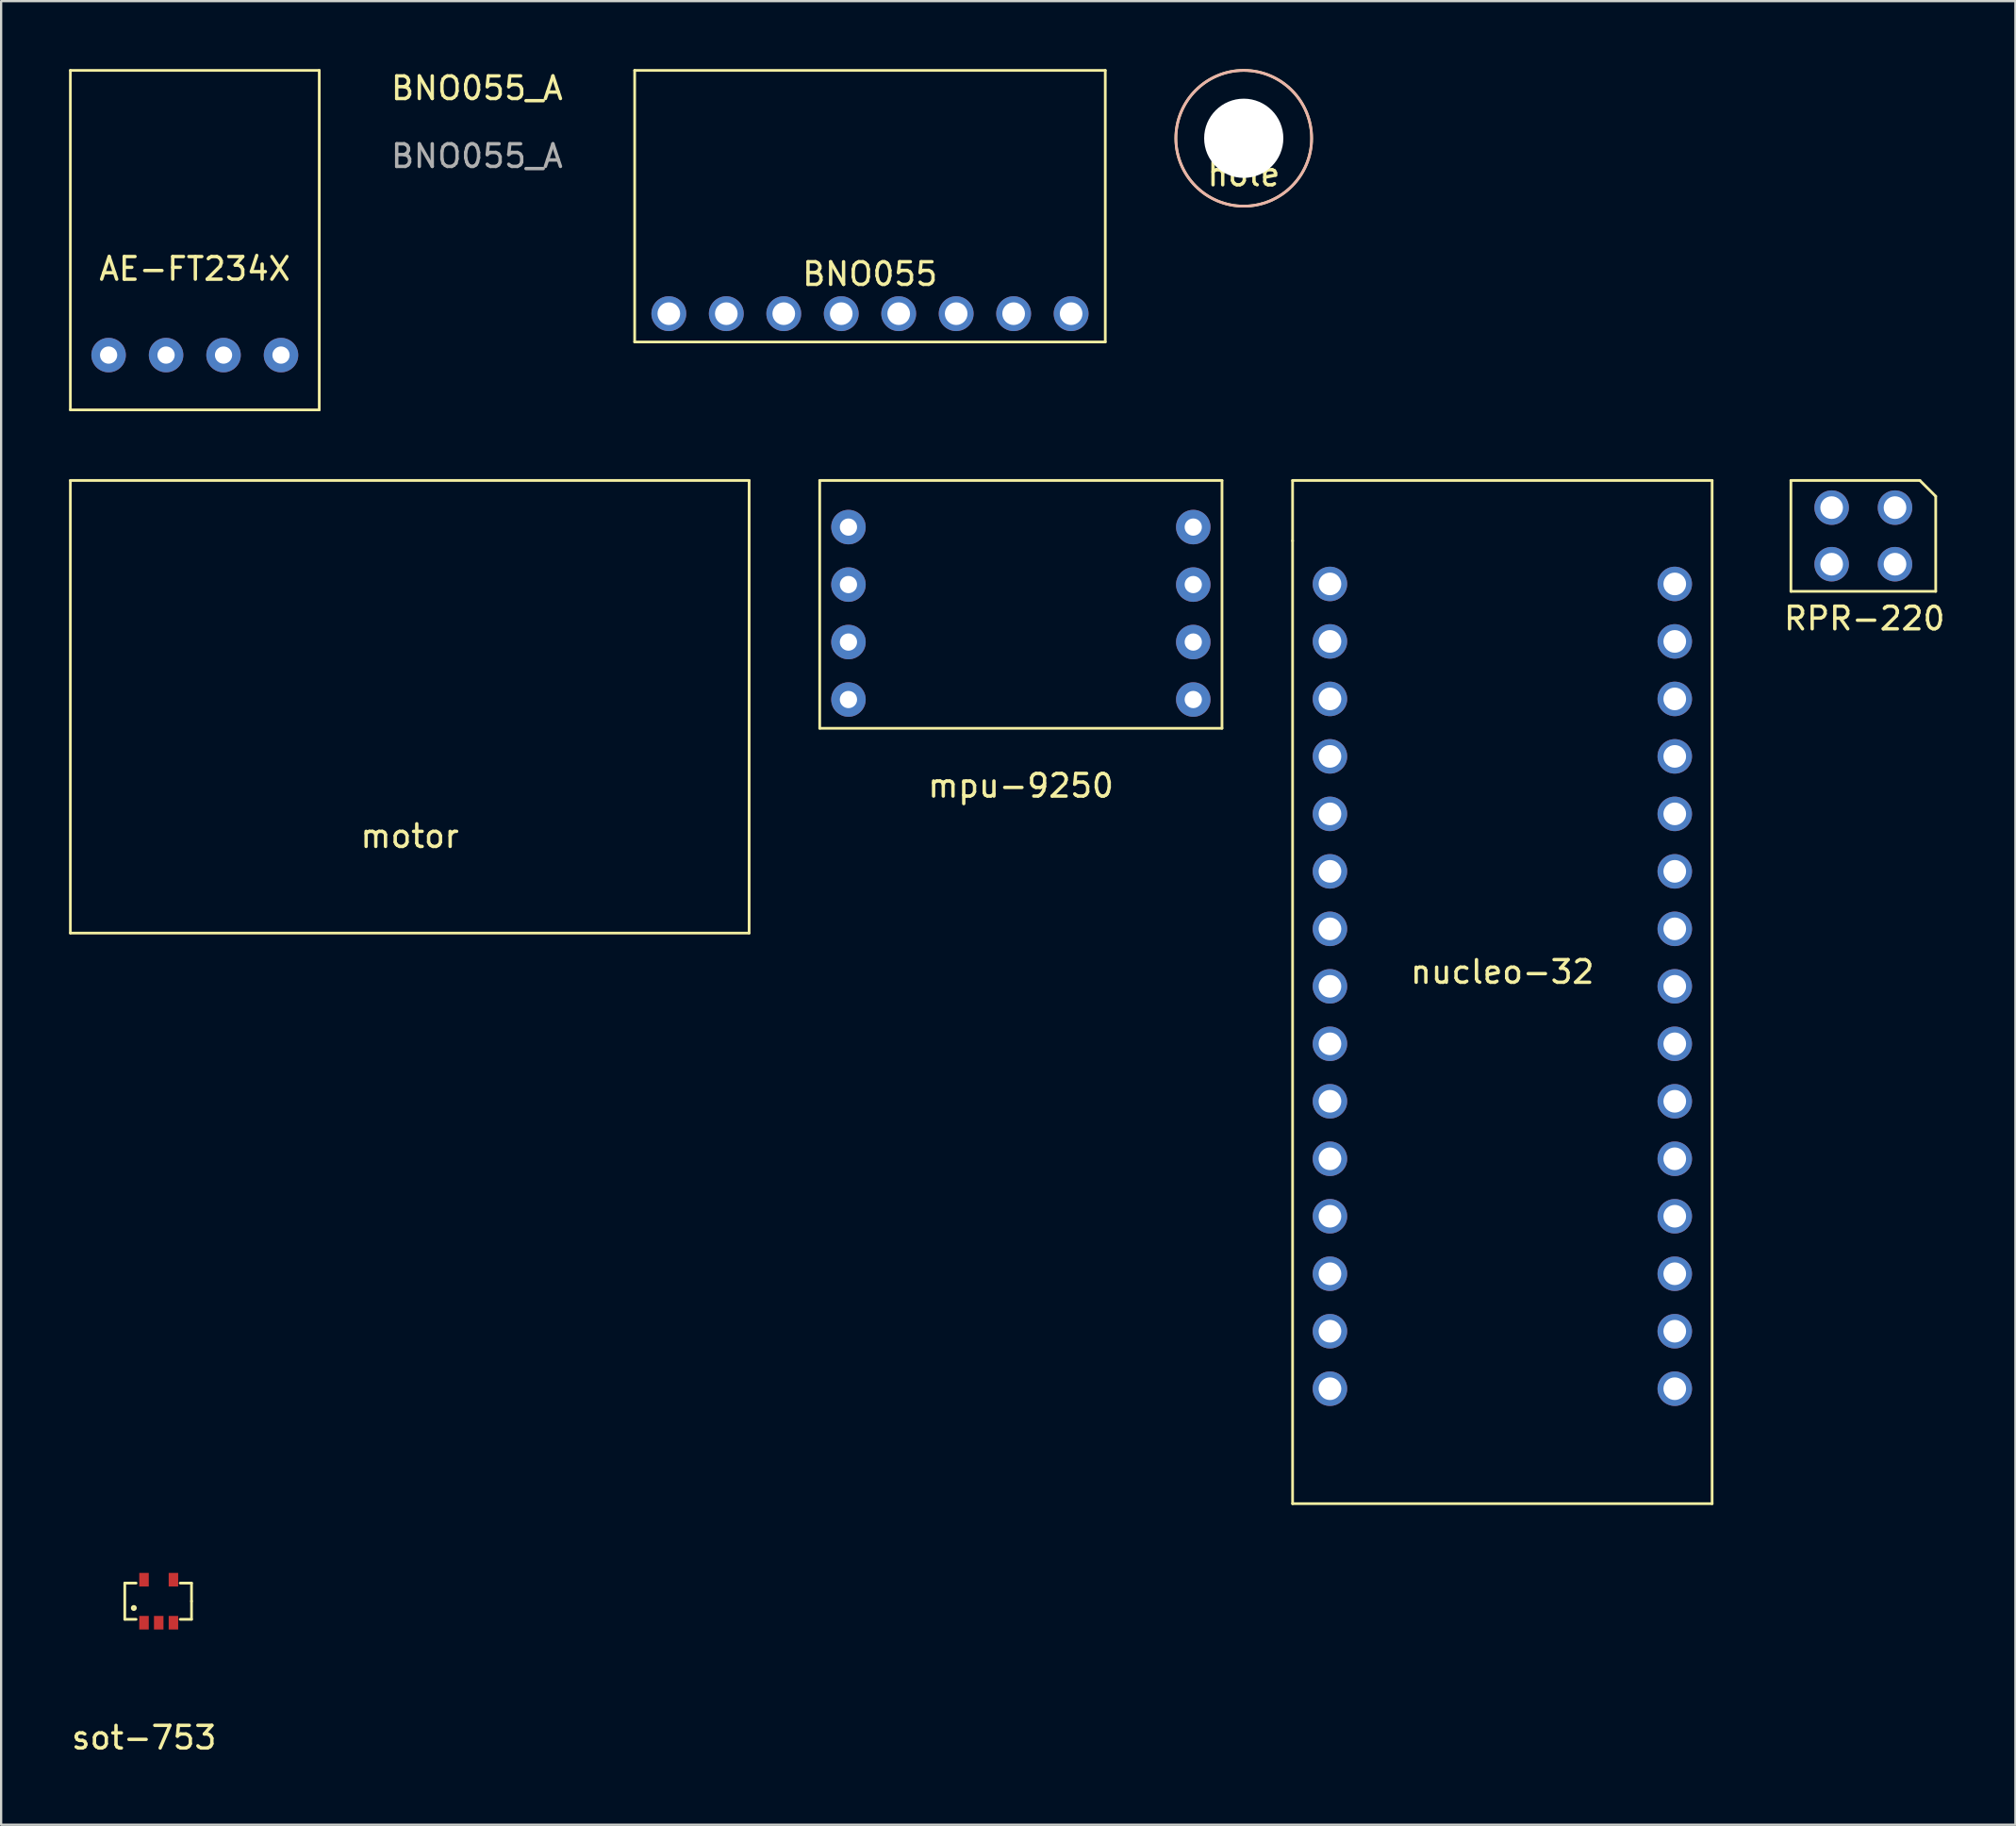
<source format=kicad_pcb>
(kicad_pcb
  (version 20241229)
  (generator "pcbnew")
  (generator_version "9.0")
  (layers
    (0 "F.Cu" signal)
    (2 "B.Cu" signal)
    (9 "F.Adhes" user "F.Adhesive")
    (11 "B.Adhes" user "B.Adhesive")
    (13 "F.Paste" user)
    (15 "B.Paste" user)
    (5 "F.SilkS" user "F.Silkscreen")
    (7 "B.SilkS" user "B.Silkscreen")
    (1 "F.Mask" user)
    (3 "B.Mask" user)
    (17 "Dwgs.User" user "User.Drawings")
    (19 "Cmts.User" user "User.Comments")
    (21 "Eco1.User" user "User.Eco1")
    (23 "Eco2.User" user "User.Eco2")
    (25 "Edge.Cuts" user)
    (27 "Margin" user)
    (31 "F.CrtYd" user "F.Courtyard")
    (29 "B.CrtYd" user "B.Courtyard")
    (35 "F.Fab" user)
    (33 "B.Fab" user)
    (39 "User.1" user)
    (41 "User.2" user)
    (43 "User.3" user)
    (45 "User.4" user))
  (footprint "BNO055"
    (layer "F.Cu")
    (at 35.401 6.06)
    (property "Reference" "BNO055" (at 0 3 0) (layer "F.SilkS") (effects (font (size 1 1) (thickness 0.15))))
    (attr through_hole)
    (fp_line (start -10.4 -6) (end -10.4 6) (stroke (width 0.12) (type solid)) (layer "F.SilkS"))
    (fp_line (start -10.4 6) (end 10.4 6) (stroke (width 0.12) (type solid)) (layer "F.SilkS"))
    (fp_line (start 10.4 -6) (end -10.4 -6) (stroke (width 0.12) (type solid)) (layer "F.SilkS"))
    (fp_line (start 10.4 6) (end 10.4 -6) (stroke (width 0.12) (type solid)) (layer "F.SilkS"))
    (pad "1" thru_hole circle (at -8.89 4.75) (size 1.54 1.54) (drill 1) (layers "*.Cu" "*.Mask"))
    (pad "2" thru_hole circle (at -6.35 4.75) (size 1.54 1.54) (drill 1) (layers "*.Cu" "*.Mask"))
    (pad "3" thru_hole circle (at -3.81 4.75) (size 1.54 1.54) (drill 1) (layers "*.Cu" "*.Mask"))
    (pad "4" thru_hole circle (at -1.27 4.75) (size 1.54 1.54) (drill 1) (layers "*.Cu" "*.Mask"))
    (pad "5" thru_hole circle (at 1.27 4.75) (size 1.54 1.54) (drill 1) (layers "*.Cu" "*.Mask"))
    (pad "6" thru_hole circle (at 3.81 4.75) (size 1.54 1.54) (drill 1) (layers "*.Cu" "*.Mask"))
    (pad "7" thru_hole circle (at 6.35 4.75) (size 1.54 1.54) (drill 1) (layers "*.Cu" "*.Mask"))
    (pad "8" thru_hole circle (at 8.89 4.75) (size 1.54 1.54) (drill 1) (layers "*.Cu" "*.Mask")))
  (footprint "BNO055_A"
    (layer "F.Cu")
    (at 18.031 1.348)
    (property "Reference" "BNO055_A" (at 0 -0.5 0) (unlocked yes) (layer "F.SilkS") (effects (font (size 1 1) (thickness 0.15))))
    (attr smd)
    (fp_text user "${REFERENCE}" (at 0 2.5 0) (unlocked yes) (layer "F.Fab") (effects (font (size 1 1) (thickness 0.15)))))
  (footprint "mpu-9250"
    (layer "F.Cu")
    (at 42.07 24.05)
    (property "Reference" "mpu-9250" (at 0 7.62 0) (layer "F.SilkS") (effects (font (size 1 1) (thickness 0.15))))
    (attr through_hole)
    (fp_line (start -8.89 5.08) (end -8.89 -5.87) (stroke (width 0.12) (type solid)) (layer "F.SilkS"))
    (fp_line (start 8.89 -5.87) (end -8.89 -5.87) (stroke (width 0.12) (type solid)) (layer "F.SilkS"))
    (fp_line (start 8.89 5.08) (end -8.89 5.08) (stroke (width 0.12) (type solid)) (layer "F.SilkS"))
    (fp_line (start 8.89 5.08) (end 8.89 -5.87) (stroke (width 0.12) (type solid)) (layer "F.SilkS"))
    (pad "1" thru_hole circle (at -7.62 -3.81) (size 1.524 1.524) (drill 0.762) (layers "*.Cu" "*.Mask"))
    (pad "2" thru_hole circle (at -7.62 -1.27) (size 1.524 1.524) (drill 0.762) (layers "*.Cu" "*.Mask"))
    (pad "3" thru_hole circle (at -7.62 1.27) (size 1.524 1.524) (drill 0.762) (layers "*.Cu" "*.Mask"))
    (pad "4" thru_hole circle (at -7.62 3.81) (size 1.524 1.524) (drill 0.762) (layers "*.Cu" "*.Mask"))
    (pad "5" thru_hole circle (at 7.62 3.81) (size 1.524 1.524) (drill 0.762) (layers "*.Cu" "*.Mask"))
    (pad "6" thru_hole circle (at 7.62 1.27) (size 1.524 1.524) (drill 0.762) (layers "*.Cu" "*.Mask"))
    (pad "7" thru_hole circle (at 7.62 -1.27) (size 1.524 1.524) (drill 0.762) (layers "*.Cu" "*.Mask"))
    (pad "8" thru_hole circle (at 7.62 -3.81) (size 1.524 1.524) (drill 0.762) (layers "*.Cu" "*.Mask")))
  (footprint "hole"
    (layer "F.Cu")
    (at 51.921 3.06)
    (property "Reference" "hole" (at 0 1.6 0) (layer "F.SilkS") (effects (font (size 1 1) (thickness 0.15))))
    (attr through_hole)
    (fp_circle (center 0 0) (end 3 0) (stroke (width 0.12) (type solid)) (fill no) (layer "F.SilkS"))
    (fp_circle (center 0 0) (end 3 0) (stroke (width 0.12) (type solid)) (fill no) (layer "B.SilkS"))
    (pad "" np_thru_hole circle (at 0 0) (size 3.5 3.5) (drill 3.5) (layers "*.Cu" "*.Mask")))
  (footprint "motor"
    (layer "F.Cu")
    (at 15.06 28.18)
    (property "Reference" "motor" (at 0 5.715 0) (layer "F.SilkS") (effects (font (size 1 1) (thickness 0.15))))
    (attr through_hole)
    (fp_line (start -15 -10) (end 15 -10) (stroke (width 0.12) (type solid)) (layer "F.SilkS"))
    (fp_line (start -15 10) (end -15 -10) (stroke (width 0.12) (type solid)) (layer "F.SilkS"))
    (fp_line (start 15 -10) (end 15 10) (stroke (width 0.12) (type solid)) (layer "F.SilkS"))
    (fp_line (start 15 10) (end -15 10) (stroke (width 0.12) (type solid)) (layer "F.SilkS")))
  (footprint "sot-753"
    (layer "F.Cu")
    (at 3.315 68.652)
    (property "Reference" "sot-753" (at 0 5.08 0) (layer "F.SilkS") (effects (font (size 1 1) (thickness 0.15))))
    (attr through_hole)
    (fp_line (start -0.85 -1.75) (end -0.85 -0.15) (stroke (width 0.12) (type solid)) (layer "F.SilkS"))
    (fp_line (start -0.85 -1.75) (end -0.35 -1.75) (stroke (width 0.12) (type solid)) (layer "F.SilkS"))
    (fp_line (start -0.85 -0.15) (end -0.35 -0.15) (stroke (width 0.12) (type solid)) (layer "F.SilkS"))
    (fp_line (start 2.1 -1.75) (end 1.6 -1.75) (stroke (width 0.12) (type solid)) (layer "F.SilkS"))
    (fp_line (start 2.1 -0.95) (end 2.1 -1.75) (stroke (width 0.12) (type solid)) (layer "F.SilkS"))
    (fp_line (start 2.1 -0.15) (end 1.6 -0.15) (stroke (width 0.12) (type solid)) (layer "F.SilkS"))
    (fp_line (start 2.1 -0.15) (end 2.1 -0.95) (stroke (width 0.12) (type solid)) (layer "F.SilkS"))
    (fp_circle (center -0.45 -0.65) (end -0.4 -0.6) (stroke (width 0.12) (type solid)) (fill no) (layer "F.SilkS"))
    (pad "1" smd rect (at 0 0) (size 0.42 0.6) (layers "F.Cu" "F.Mask" "F.Paste"))
    (pad "2" smd rect (at 0.65 0) (size 0.42 0.6) (layers "F.Cu" "F.Mask" "F.Paste"))
    (pad "3" smd rect (at 1.3 0) (size 0.42 0.6) (layers "F.Cu" "F.Mask" "F.Paste"))
    (pad "4" smd rect (at 1.3 -1.9) (size 0.42 0.6) (layers "F.Cu" "F.Mask" "F.Paste"))
    (pad "5" smd rect (at 0 -1.9) (size 0.42 0.6) (layers "F.Cu" "F.Mask" "F.Paste")))
  (footprint "RPR-220"
    (layer "F.Cu")
    (at 79.305 20.63)
    (property "Reference" "RPR-220" (at 0.05 3.65 0) (layer "F.SilkS") (effects (font (size 1 1) (thickness 0.15))))
    (attr through_hole)
    (fp_line (start -3.2 -2.45) (end -3.2 2.45) (stroke (width 0.12) (type solid)) (layer "F.SilkS"))
    (fp_line (start -3.2 2.45) (end 3.2 2.45) (stroke (width 0.12) (type solid)) (layer "F.SilkS"))
    (fp_line (start 2.5 -2.45) (end -3.2 -2.45) (stroke (width 0.12) (type solid)) (layer "F.SilkS"))
    (fp_line (start 3.2 -1.75) (end 2.5 -2.45) (stroke (width 0.12) (type solid)) (layer "F.SilkS"))
    (fp_line (start 3.2 2.45) (end 3.2 -1.75) (stroke (width 0.12) (type solid)) (layer "F.SilkS"))
    (pad "1" thru_hole circle (at -1.4 1.25) (size 1.524 1.524) (drill 1) (layers "*.Cu" "*.Mask"))
    (pad "2" thru_hole circle (at -1.4 -1.25) (size 1.524 1.524) (drill 1) (layers "*.Cu" "*.Mask"))
    (pad "3" thru_hole circle (at 1.4 -1.25) (size 1.524 1.524) (drill 1) (layers "*.Cu" "*.Mask"))
    (pad "4" thru_hole circle (at 1.4 1.25) (size 1.524 1.524) (drill 1) (layers "*.Cu" "*.Mask")))
  (footprint "AE-FT234X"
    (layer "F.Cu")
    (at 1.75 12.64)
    (property "Reference" "AE-FT234X" (at 3.81 -3.81 0) (layer "F.SilkS") (effects (font (size 1 1) (thickness 0.15))))
    (attr through_hole)
    (fp_line (start -1.69 -12.58) (end -1.69 2.42) (stroke (width 0.12) (type solid)) (layer "F.SilkS"))
    (fp_line (start -1.69 2.42) (end 9.31 2.42) (stroke (width 0.12) (type solid)) (layer "F.SilkS"))
    (fp_line (start 9.31 -12.58) (end -1.69 -12.58) (stroke (width 0.12) (type solid)) (layer "F.SilkS"))
    (fp_line (start 9.31 2.42) (end 9.31 -12.58) (stroke (width 0.12) (type solid)) (layer "F.SilkS"))
    (pad "1" thru_hole circle (at 0 0) (size 1.524 1.524) (drill 0.762) (layers "*.Cu" "*.Mask"))
    (pad "2" thru_hole circle (at 2.54 0) (size 1.524 1.524) (drill 0.762) (layers "*.Cu" "*.Mask"))
    (pad "3" thru_hole circle (at 5.08 0) (size 1.524 1.524) (drill 0.762) (layers "*.Cu" "*.Mask"))
    (pad "4" thru_hole circle (at 7.62 0) (size 1.524 1.524) (drill 0.762) (layers "*.Cu" "*.Mask")))
  (footprint "nucleo-32"
    (layer "F.Cu")
    (at 63.351 37.992)
    (property "Reference" "nucleo-32" (at 0 1.905 0) (layer "F.SilkS") (effects (font (size 1 1) (thickness 0.15))))
    (attr through_hole)
    (fp_line (start -9.271 -19.812) (end -9.271 -17.145) (stroke (width 0.12) (type solid)) (layer "F.SilkS"))
    (fp_line (start -9.271 -17.145) (end -9.271 25.4) (stroke (width 0.12) (type solid)) (layer "F.SilkS"))
    (fp_line (start -9.271 25.4) (end 9.271 25.4) (stroke (width 0.12) (type solid)) (layer "F.SilkS"))
    (fp_line (start 9.271 -19.812) (end -9.271 -19.812) (stroke (width 0.12) (type solid)) (layer "F.SilkS"))
    (fp_line (start 9.271 25.4) (end 9.271 -19.812) (stroke (width 0.12) (type solid)) (layer "F.SilkS"))
    (pad "1" thru_hole circle (at -7.62 -15.24) (size 1.524 1.524) (drill 1) (layers "*.Cu" "*.Mask"))
    (pad "2" thru_hole circle (at -7.62 -12.7) (size 1.524 1.524) (drill 1) (layers "*.Cu" "*.Mask"))
    (pad "3" thru_hole circle (at -7.62 -10.16) (size 1.524 1.524) (drill 1) (layers "*.Cu" "*.Mask"))
    (pad "4" thru_hole circle (at -7.62 -7.62) (size 1.524 1.524) (drill 1) (layers "*.Cu" "*.Mask"))
    (pad "5" thru_hole circle (at -7.62 -5.08) (size 1.524 1.524) (drill 1) (layers "*.Cu" "*.Mask"))
    (pad "6" thru_hole circle (at -7.62 -2.54) (size 1.524 1.524) (drill 1) (layers "*.Cu" "*.Mask"))
    (pad "7" thru_hole circle (at -7.62 0) (size 1.524 1.524) (drill 1) (layers "*.Cu" "*.Mask"))
    (pad "8" thru_hole circle (at -7.62 2.54) (size 1.524 1.524) (drill 1) (layers "*.Cu" "*.Mask"))
    (pad "9" thru_hole circle (at -7.62 5.08) (size 1.524 1.524) (drill 1) (layers "*.Cu" "*.Mask"))
    (pad "10" thru_hole circle (at -7.62 7.62) (size 1.524 1.524) (drill 1) (layers "*.Cu" "*.Mask"))
    (pad "11" thru_hole circle (at -7.62 10.16) (size 1.524 1.524) (drill 1) (layers "*.Cu" "*.Mask"))
    (pad "12" thru_hole circle (at -7.62 12.7) (size 1.524 1.524) (drill 1) (layers "*.Cu" "*.Mask"))
    (pad "13" thru_hole circle (at -7.62 15.24) (size 1.524 1.524) (drill 1) (layers "*.Cu" "*.Mask"))
    (pad "14" thru_hole circle (at -7.62 17.78) (size 1.524 1.524) (drill 1) (layers "*.Cu" "*.Mask"))
    (pad "15" thru_hole circle (at -7.62 20.32) (size 1.524 1.524) (drill 1) (layers "*.Cu" "*.Mask"))
    (pad "16" thru_hole circle (at 7.62 20.32) (size 1.524 1.524) (drill 1) (layers "*.Cu" "*.Mask"))
    (pad "17" thru_hole circle (at 7.62 17.78) (size 1.524 1.524) (drill 1) (layers "*.Cu" "*.Mask"))
    (pad "18" thru_hole circle (at 7.62 15.24) (size 1.524 1.524) (drill 1) (layers "*.Cu" "*.Mask"))
    (pad "19" thru_hole circle (at 7.62 12.7) (size 1.524 1.524) (drill 1) (layers "*.Cu" "*.Mask"))
    (pad "20" thru_hole circle (at 7.62 10.16) (size 1.524 1.524) (drill 1) (layers "*.Cu" "*.Mask"))
    (pad "21" thru_hole circle (at 7.62 7.62) (size 1.524 1.524) (drill 1) (layers "*.Cu" "*.Mask"))
    (pad "22" thru_hole circle (at 7.62 5.08) (size 1.524 1.524) (drill 1) (layers "*.Cu" "*.Mask"))
    (pad "23" thru_hole circle (at 7.62 2.54) (size 1.524 1.524) (drill 1) (layers "*.Cu" "*.Mask"))
    (pad "24" thru_hole circle (at 7.62 0) (size 1.524 1.524) (drill 1) (layers "*.Cu" "*.Mask"))
    (pad "25" thru_hole circle (at 7.62 -2.54) (size 1.524 1.524) (drill 1) (layers "*.Cu" "*.Mask"))
    (pad "26" thru_hole circle (at 7.62 -5.08) (size 1.524 1.524) (drill 1) (layers "*.Cu" "*.Mask"))
    (pad "27" thru_hole circle (at 7.62 -7.62) (size 1.524 1.524) (drill 1) (layers "*.Cu" "*.Mask"))
    (pad "28" thru_hole circle (at 7.62 -10.16) (size 1.524 1.524) (drill 1) (layers "*.Cu" "*.Mask"))
    (pad "29" thru_hole circle (at 7.62 -12.7) (size 1.524 1.524) (drill 1) (layers "*.Cu" "*.Mask"))
    (pad "30" thru_hole circle (at 7.62 -15.24) (size 1.524 1.524) (drill 1) (layers "*.Cu" "*.Mask")))
  (gr_rect
    (start -3 -3)
    (end 86.027 77.58)
    (stroke (width 0.1) (type default))
    (fill no)
    (layer "Edge.Cuts")))
</source>
